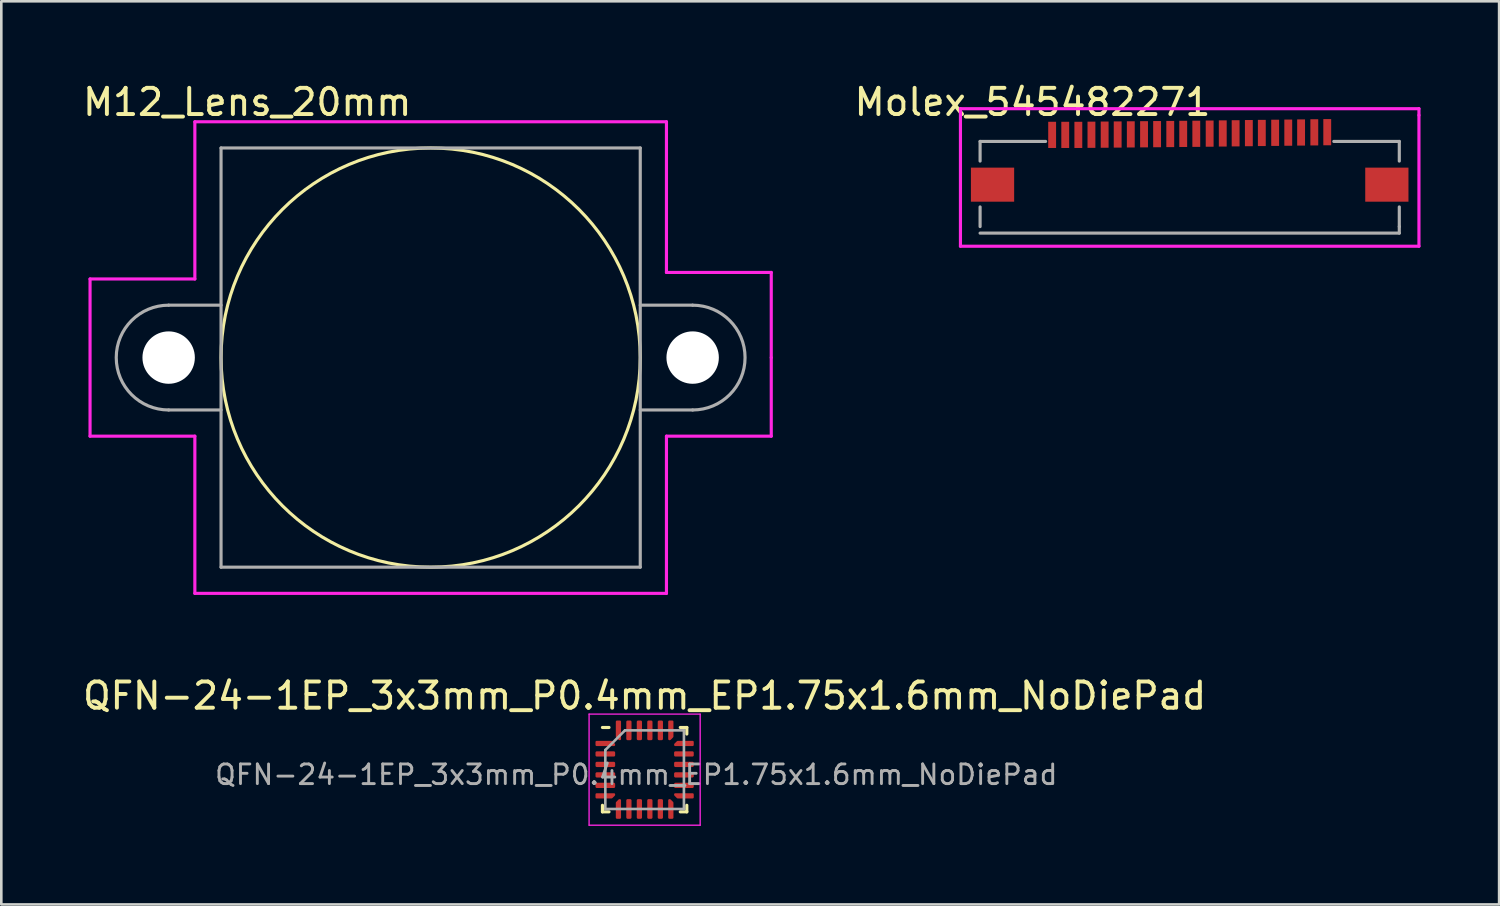
<source format=kicad_pcb>
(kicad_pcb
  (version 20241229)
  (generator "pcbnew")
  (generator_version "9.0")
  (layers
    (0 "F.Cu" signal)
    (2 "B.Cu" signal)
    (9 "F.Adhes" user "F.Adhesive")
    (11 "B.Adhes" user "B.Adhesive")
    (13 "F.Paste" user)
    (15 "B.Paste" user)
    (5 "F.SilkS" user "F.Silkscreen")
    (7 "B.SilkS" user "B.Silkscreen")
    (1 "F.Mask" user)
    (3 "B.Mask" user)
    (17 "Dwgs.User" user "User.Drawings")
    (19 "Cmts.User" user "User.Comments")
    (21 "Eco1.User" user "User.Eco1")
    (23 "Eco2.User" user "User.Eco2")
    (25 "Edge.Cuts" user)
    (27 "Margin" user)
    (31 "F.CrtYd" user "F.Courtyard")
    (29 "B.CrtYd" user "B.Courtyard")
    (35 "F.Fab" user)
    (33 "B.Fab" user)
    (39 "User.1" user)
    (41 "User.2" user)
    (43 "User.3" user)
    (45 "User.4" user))
  (footprint "QFN-24-1EP_3x3mm_P0.4mm_EP1.75x1.6mm_NoDiePad"
    (layer "F.Cu")
    (at 21.554 26.326)
    (property "Reference" "QFN-24-1EP_3x3mm_P0.4mm_EP1.75x1.6mm_NoDiePad" (at 0 -2.82 0) (layer "F.SilkS") (effects (font (size 1 1) (thickness 0.15))))
    (attr smd)
    (fp_line (start -1.61 1.61) (end -1.61 1.36) (stroke (width 0.12) (type solid)) (layer "F.SilkS"))
    (fp_line (start -1.36 -1.61) (end -1.61 -1.61) (stroke (width 0.12) (type solid)) (layer "F.SilkS"))
    (fp_line (start -1.36 1.61) (end -1.61 1.61) (stroke (width 0.12) (type solid)) (layer "F.SilkS"))
    (fp_line (start 1.36 -1.61) (end 1.61 -1.61) (stroke (width 0.12) (type solid)) (layer "F.SilkS"))
    (fp_line (start 1.36 1.61) (end 1.61 1.61) (stroke (width 0.12) (type solid)) (layer "F.SilkS"))
    (fp_line (start 1.61 -1.61) (end 1.61 -1.36) (stroke (width 0.12) (type solid)) (layer "F.SilkS"))
    (fp_line (start 1.61 1.61) (end 1.61 1.36) (stroke (width 0.12) (type solid)) (layer "F.SilkS"))
    (fp_line (start -2.12 -2.12) (end -2.12 2.12) (stroke (width 0.05) (type solid)) (layer "F.CrtYd"))
    (fp_line (start -2.12 2.12) (end 2.12 2.12) (stroke (width 0.05) (type solid)) (layer "F.CrtYd"))
    (fp_line (start 2.12 -2.12) (end -2.12 -2.12) (stroke (width 0.05) (type solid)) (layer "F.CrtYd"))
    (fp_line (start 2.12 2.12) (end 2.12 -2.12) (stroke (width 0.05) (type solid)) (layer "F.CrtYd"))
    (fp_line (start -1.5 -0.75) (end -0.75 -1.5) (stroke (width 0.1) (type solid)) (layer "F.Fab"))
    (fp_line (start -1.5 1.5) (end -1.5 -0.75) (stroke (width 0.1) (type solid)) (layer "F.Fab"))
    (fp_line (start -0.75 -1.5) (end 1.5 -1.5) (stroke (width 0.1) (type solid)) (layer "F.Fab"))
    (fp_line (start 1.5 -1.5) (end 1.5 1.5) (stroke (width 0.1) (type solid)) (layer "F.Fab"))
    (fp_line (start 1.5 1.5) (end -1.5 1.5) (stroke (width 0.1) (type solid)) (layer "F.Fab"))
    (fp_text user "${REFERENCE}" (at -0.318 0.191 0) (layer "F.Fab") (effects (font (size 0.75 0.75) (thickness 0.11))))
    (pad "1" smd custom (at -1.5 -1) (size 0.115 0.115) (layers "F.Cu" "F.Mask" "F.Paste") (options (anchor circle)) (primitives (gr_poly (pts (xy -0.335 -0.06) (xy 0.238 -0.06) (xy 0.335 0.037) (xy 0.335 0.06) (xy -0.335 0.06)) (width 0.08) (fill yes))))
    (pad "2" smd roundrect (at -1.5 -0.6) (size 0.75 0.2) (layers "F.Cu" "F.Mask" "F.Paste") (roundrect_rratio 0.25))
    (pad "3" smd roundrect (at -1.5 -0.2) (size 0.75 0.2) (layers "F.Cu" "F.Mask" "F.Paste") (roundrect_rratio 0.25))
    (pad "4" smd roundrect (at -1.5 0.2) (size 0.75 0.2) (layers "F.Cu" "F.Mask" "F.Paste") (roundrect_rratio 0.25))
    (pad "5" smd roundrect (at -1.5 0.6) (size 0.75 0.2) (layers "F.Cu" "F.Mask" "F.Paste") (roundrect_rratio 0.25))
    (pad "6" smd custom (at -1.5 1) (size 0.115 0.115) (layers "F.Cu" "F.Mask" "F.Paste") (options (anchor circle)) (primitives (gr_poly (pts (xy -0.335 -0.06) (xy 0.335 -0.06) (xy 0.335 -0.037) (xy 0.238 0.06) (xy -0.335 0.06)) (width 0.08) (fill yes))))
    (pad "7" smd custom (at -1 1.5) (size 0.115 0.115) (layers "F.Cu" "F.Mask" "F.Paste") (options (anchor circle)) (primitives (gr_poly (pts (xy -0.06 -0.238) (xy 0.037 -0.335) (xy 0.06 -0.335) (xy 0.06 0.335) (xy -0.06 0.335)) (width 0.08) (fill yes))))
    (pad "8" smd roundrect (at -0.6 1.5) (size 0.2 0.75) (layers "F.Cu" "F.Mask" "F.Paste") (roundrect_rratio 0.25))
    (pad "9" smd roundrect (at -0.2 1.5) (size 0.2 0.75) (layers "F.Cu" "F.Mask" "F.Paste") (roundrect_rratio 0.25))
    (pad "10" smd roundrect (at 0.2 1.5) (size 0.2 0.75) (layers "F.Cu" "F.Mask" "F.Paste") (roundrect_rratio 0.25))
    (pad "11" smd roundrect (at 0.6 1.5) (size 0.2 0.75) (layers "F.Cu" "F.Mask" "F.Paste") (roundrect_rratio 0.25))
    (pad "12" smd custom (at 1 1.5) (size 0.115 0.115) (layers "F.Cu" "F.Mask" "F.Paste") (options (anchor circle)) (primitives (gr_poly (pts (xy -0.06 -0.335) (xy -0.037 -0.335) (xy 0.06 -0.238) (xy 0.06 0.335) (xy -0.06 0.335)) (width 0.08) (fill yes))))
    (pad "13" smd custom (at 1.5 1) (size 0.115 0.115) (layers "F.Cu" "F.Mask" "F.Paste") (options (anchor circle)) (primitives (gr_poly (pts (xy -0.335 -0.06) (xy 0.335 -0.06) (xy 0.335 0.06) (xy -0.238 0.06) (xy -0.335 -0.037)) (width 0.08) (fill yes))))
    (pad "14" smd roundrect (at 1.5 0.6) (size 0.75 0.2) (layers "F.Cu" "F.Mask" "F.Paste") (roundrect_rratio 0.25))
    (pad "15" smd roundrect (at 1.5 0.2) (size 0.75 0.2) (layers "F.Cu" "F.Mask" "F.Paste") (roundrect_rratio 0.25))
    (pad "16" smd roundrect (at 1.5 -0.2) (size 0.75 0.2) (layers "F.Cu" "F.Mask" "F.Paste") (roundrect_rratio 0.25))
    (pad "17" smd roundrect (at 1.5 -0.6) (size 0.75 0.2) (layers "F.Cu" "F.Mask" "F.Paste") (roundrect_rratio 0.25))
    (pad "18" smd custom (at 1.5 -1) (size 0.115 0.115) (layers "F.Cu" "F.Mask" "F.Paste") (options (anchor circle)) (primitives (gr_poly (pts (xy -0.335 0.037) (xy -0.238 -0.06) (xy 0.335 -0.06) (xy 0.335 0.06) (xy -0.335 0.06)) (width 0.08) (fill yes))))
    (pad "19" smd custom (at 1 -1.5) (size 0.115 0.115) (layers "F.Cu" "F.Mask" "F.Paste") (options (anchor circle)) (primitives (gr_poly (pts (xy -0.06 -0.335) (xy 0.06 -0.335) (xy 0.06 0.238) (xy -0.037 0.335) (xy -0.06 0.335)) (width 0.08) (fill yes))))
    (pad "20" smd roundrect (at 0.6 -1.5) (size 0.2 0.75) (layers "F.Cu" "F.Mask" "F.Paste") (roundrect_rratio 0.25))
    (pad "21" smd roundrect (at 0.2 -1.5) (size 0.2 0.75) (layers "F.Cu" "F.Mask" "F.Paste") (roundrect_rratio 0.25))
    (pad "22" smd roundrect (at -0.2 -1.5) (size 0.2 0.75) (layers "F.Cu" "F.Mask" "F.Paste") (roundrect_rratio 0.25))
    (pad "23" smd roundrect (at -0.6 -1.5) (size 0.2 0.75) (layers "F.Cu" "F.Mask" "F.Paste") (roundrect_rratio 0.25))
    (pad "24" smd custom (at -1 -1.5) (size 0.115 0.115) (layers "F.Cu" "F.Mask" "F.Paste") (options (anchor circle)) (primitives (gr_poly (pts (xy -0.06 -0.335) (xy 0.06 -0.335) (xy 0.06 0.335) (xy 0.037 0.335) (xy -0.06 0.238)) (width 0.08) (fill yes)))))
  (footprint "Molex_545482271"
    (layer "F.Cu")
    (at 42.358 2.598)
    (property "Reference" "Molex_545482271" (at -6 -1.75 0) (layer "F.SilkS") (effects (font (size 1 1) (thickness 0.15))))
    (attr through_hole)
    (fp_line (start -8.75 -1.5) (end 8.75 -1.5) (stroke (width 0.12) (type solid)) (layer "F.CrtYd"))
    (fp_line (start -8.75 3.75) (end -8.75 -1.5) (stroke (width 0.12) (type solid)) (layer "F.CrtYd"))
    (fp_line (start 8.75 -1.5) (end 8.75 -1.25) (stroke (width 0.12) (type solid)) (layer "F.CrtYd"))
    (fp_line (start 8.75 -1.25) (end 8.75 3.75) (stroke (width 0.12) (type solid)) (layer "F.CrtYd"))
    (fp_line (start 8.75 3.75) (end -8.75 3.75) (stroke (width 0.12) (type solid)) (layer "F.CrtYd"))
    (fp_line (start -8 -0.25) (end -8 0.5) (stroke (width 0.12) (type solid)) (layer "F.Fab"))
    (fp_line (start -8 2.25) (end -8 3) (stroke (width 0.12) (type solid)) (layer "F.Fab"))
    (fp_line (start -8 3.25) (end 8 3.25) (stroke (width 0.12) (type solid)) (layer "F.Fab"))
    (fp_line (start -5.5 -0.25) (end -8 -0.25) (stroke (width 0.12) (type solid)) (layer "F.Fab"))
    (fp_line (start 5.5 -0.25) (end 8 -0.25) (stroke (width 0.12) (type solid)) (layer "F.Fab"))
    (fp_line (start 8 0.5) (end 8 -0.25) (stroke (width 0.12) (type solid)) (layer "F.Fab"))
    (fp_line (start 8 3) (end 8 2.25) (stroke (width 0.12) (type solid)) (layer "F.Fab"))
    (fp_line (start 8 3) (end 8 3.25) (stroke (width 0.12) (type solid)) (layer "F.Fab"))
    (pad "1" smd rect (at -5.25 -0.5) (size 0.3 1) (layers "F.Cu" "F.Mask" "F.Paste"))
    (pad "2" smd rect (at -4.75 -0.5) (size 0.3 1) (layers "F.Cu" "F.Mask" "F.Paste"))
    (pad "3" smd rect (at -4.25 -0.5) (size 0.3 1) (layers "F.Cu" "F.Mask" "F.Paste"))
    (pad "4" smd rect (at -3.75 -0.505) (size 0.3 1) (layers "F.Cu" "F.Mask" "F.Paste"))
    (pad "5" smd rect (at -3.246 -0.509) (size 0.3 1) (layers "F.Cu" "F.Mask" "F.Paste"))
    (pad "6" smd rect (at -2.749 -0.514) (size 0.3 1) (layers "F.Cu" "F.Mask" "F.Paste"))
    (pad "7" smd rect (at -2.248 -0.519) (size 0.3 1) (layers "F.Cu" "F.Mask" "F.Paste"))
    (pad "8" smd rect (at -1.742 -0.523) (size 0.3 1) (layers "F.Cu" "F.Mask" "F.Paste"))
    (pad "9" smd rect (at -1.244 -0.528) (size 0.3 1) (layers "F.Cu" "F.Mask" "F.Paste"))
    (pad "10" smd rect (at -0.742 -0.533) (size 0.3 1) (layers "F.Cu" "F.Mask" "F.Paste"))
    (pad "11" smd rect (at -0.247 -0.538) (size 0.3 1) (layers "F.Cu" "F.Mask" "F.Paste"))
    (pad "12" smd rect (at 0.252 -0.542) (size 0.3 1) (layers "F.Cu" "F.Mask" "F.Paste"))
    (pad "13" smd rect (at 0.762 -0.548) (size 0.3 1) (layers "F.Cu" "F.Mask" "F.Paste"))
    (pad "14" smd rect (at 1.262 -0.554) (size 0.3 1) (layers "F.Cu" "F.Mask" "F.Paste"))
    (pad "15" smd rect (at 1.753 -0.56) (size 0.3 1) (layers "F.Cu" "F.Mask" "F.Paste"))
    (pad "16" smd rect (at 2.258 -0.567) (size 0.3 1) (layers "F.Cu" "F.Mask" "F.Paste"))
    (pad "17" smd rect (at 2.753 -0.573) (size 0.3 1) (layers "F.Cu" "F.Mask" "F.Paste"))
    (pad "18" smd rect (at 3.262 -0.579) (size 0.3 1) (layers "F.Cu" "F.Mask" "F.Paste"))
    (pad "19" smd rect (at 3.762 -0.585) (size 0.3 1) (layers "F.Cu" "F.Mask" "F.Paste"))
    (pad "20" smd rect (at 4.252 -0.591) (size 0.3 1) (layers "F.Cu" "F.Mask" "F.Paste"))
    (pad "21" smd rect (at 4.756 -0.597) (size 0.3 1) (layers "F.Cu" "F.Mask" "F.Paste"))
    (pad "22" smd rect (at 5.25 -0.603) (size 0.3 1) (layers "F.Cu" "F.Mask" "F.Paste"))
    (pad "23" smd rect (at -7.525 1.4) (size 1.65 1.3) (layers "F.Cu" "F.Mask" "F.Paste"))
    (pad "24" smd rect (at 7.525 1.4) (size 1.65 1.3) (layers "F.Cu" "F.Mask" "F.Paste")))
  (footprint "M12_Lens_20mm"
    (layer "F.Cu")
    (at 13.387 10.598)
    (property "Reference" "M12_Lens_20mm" (at -7 -9.75 0) (layer "F.SilkS") (effects (font (size 1 1) (thickness 0.15))))
    (attr through_hole)
    (fp_circle (center 0 0) (end 8 0) (stroke (width 0.12) (type solid)) (fill no) (layer "F.SilkS"))
    (fp_line (start -13 -3) (end -13 3) (stroke (width 0.12) (type solid)) (layer "F.CrtYd"))
    (fp_line (start -13 3) (end -9 3) (stroke (width 0.12) (type solid)) (layer "F.CrtYd"))
    (fp_line (start -9 -9) (end -9 -3) (stroke (width 0.12) (type solid)) (layer "F.CrtYd"))
    (fp_line (start -9 -3) (end -13 -3) (stroke (width 0.12) (type solid)) (layer "F.CrtYd"))
    (fp_line (start -9 3) (end -9 9) (stroke (width 0.12) (type solid)) (layer "F.CrtYd"))
    (fp_line (start -9 9) (end 9 9) (stroke (width 0.12) (type solid)) (layer "F.CrtYd"))
    (fp_line (start 9 -9) (end -9 -9) (stroke (width 0.12) (type solid)) (layer "F.CrtYd"))
    (fp_line (start 9 -3.25) (end 9 -9) (stroke (width 0.12) (type solid)) (layer "F.CrtYd"))
    (fp_line (start 9 3) (end 13 3) (stroke (width 0.12) (type solid)) (layer "F.CrtYd"))
    (fp_line (start 9 9) (end 9 3) (stroke (width 0.12) (type solid)) (layer "F.CrtYd"))
    (fp_line (start 13 -3.25) (end 9 -3.25) (stroke (width 0.12) (type solid)) (layer "F.CrtYd"))
    (fp_line (start 13 0) (end 13 -3.25) (stroke (width 0.12) (type solid)) (layer "F.CrtYd"))
    (fp_line (start 13 3) (end 13 0) (stroke (width 0.12) (type solid)) (layer "F.CrtYd"))
    (fp_line (start -8 -8) (end -8 8) (stroke (width 0.12) (type solid)) (layer "F.Fab"))
    (fp_line (start -8 -2) (end -10 -2) (stroke (width 0.12) (type solid)) (layer "F.Fab"))
    (fp_line (start -8 2) (end -10 2) (stroke (width 0.12) (type solid)) (layer "F.Fab"))
    (fp_line (start -8 8) (end 8 8) (stroke (width 0.12) (type solid)) (layer "F.Fab"))
    (fp_line (start 8 -8) (end -8 -8) (stroke (width 0.12) (type solid)) (layer "F.Fab"))
    (fp_line (start 8 2) (end 10 2) (stroke (width 0.12) (type solid)) (layer "F.Fab"))
    (fp_line (start 8 8) (end 8 -8) (stroke (width 0.12) (type solid)) (layer "F.Fab"))
    (fp_line (start 10 -2) (end 8 -2) (stroke (width 0.12) (type solid)) (layer "F.Fab"))
    (fp_arc (start -10 2) (mid -12 0) (end -10 -2) (stroke (width 0.12) (type solid)) (layer "F.Fab"))
    (fp_arc (start 10 -2) (mid 12 0) (end 10 2) (stroke (width 0.12) (type solid)) (layer "F.Fab"))
    (pad "" np_thru_hole circle (at -10 0) (size 2 2) (drill 2) (layers "*.Cu" "*.Mask"))
    (pad "" np_thru_hole circle (at 10 0) (size 2 2) (drill 2) (layers "*.Cu" "*.Mask")))
  (gr_rect
    (start -3 -3)
    (end 54.168 31.471)
    (stroke (width 0.1) (type default))
    (fill no)
    (layer "Edge.Cuts")))
</source>
